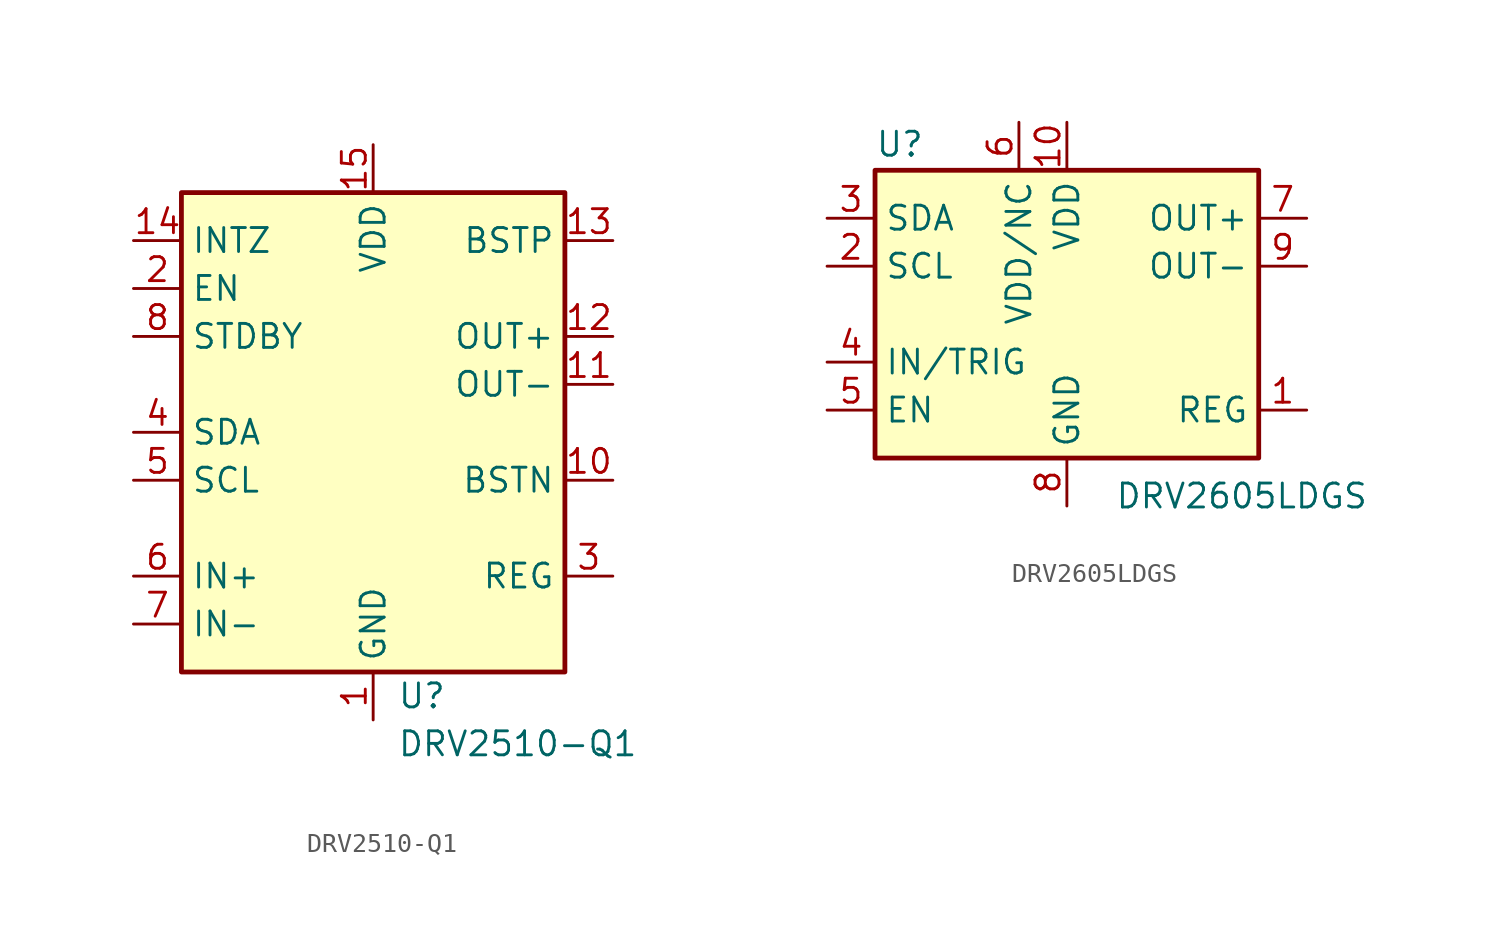
<source format=kicad_sym>
(kicad_symbol_lib
  (version 20241209)
  (generator "kicad_symbol_editor")
  (generator_version "9.0")
  (symbol "DRV2510-Q1"
    (property "Reference" "U"
      (at 1.27 -13.97 0)
      (effects (font (size 1.27 1.27)) (justify left)))
    (property "Value" "DRV2510-Q1"
      (at 1.27 -16.51 0)
      (effects (font (size 1.27 1.27)) (justify left)))
    (symbol "DRV2510-Q1_0_0"
      (pin open_collector line (at -12.7 10.16 0) (length 2.54) (name "INTZ" (effects (font (size 1.27 1.27)))) (number "14" (effects (font (size 1.27 1.27)))))
      (pin input line (at -12.7 7.62 0) (length 2.54) (name "EN" (effects (font (size 1.27 1.27)))) (number "2" (effects (font (size 1.27 1.27)))))
      (pin input line (at -12.7 5.08 0) (length 2.54) (name "STDBY" (effects (font (size 1.27 1.27)))) (number "8" (effects (font (size 1.27 1.27)))))
      (pin bidirectional line (at -12.7 0 0) (length 2.54) (name "SDA" (effects (font (size 1.27 1.27)))) (number "4" (effects (font (size 1.27 1.27)))))
      (pin input line (at -12.7 -2.54 0) (length 2.54) (name "SCL" (effects (font (size 1.27 1.27)))) (number "5" (effects (font (size 1.27 1.27)))))
      (pin input line (at -12.7 -7.62 0) (length 2.54) (name "IN+" (effects (font (size 1.27 1.27)))) (number "6" (effects (font (size 1.27 1.27)))))
      (pin input line (at -12.7 -10.16 0) (length 2.54) (name "IN-" (effects (font (size 1.27 1.27)))) (number "7" (effects (font (size 1.27 1.27)))))
      (pin power_in line (at 0 15.24 270) (length 2.54) (name "VDD" (effects (font (size 1.27 1.27)))) (number "15" (effects (font (size 1.27 1.27)))))
      (pin power_in line (at 0 -15.24 90) (length 2.54) (name "GND" (effects (font (size 1.27 1.27)))) (number "1" (effects (font (size 1.27 1.27)))))
      (pin passive line (at 0 -15.24 90) (length 2.54) (hide yes) (name "GND" (effects (font (size 1.27 1.27)))) (number "16" (effects (font (size 1.27 1.27)))))
      (pin passive line (at 0 -15.24 90) (length 2.54) (hide yes) (name "GND" (effects (font (size 1.27 1.27)))) (number "17" (effects (font (size 1.27 1.27)))))
      (pin passive line (at 0 -15.24 90) (length 2.54) (hide yes) (name "GND" (effects (font (size 1.27 1.27)))) (number "9" (effects (font (size 1.27 1.27)))))
      (pin passive line (at 12.7 10.16 180) (length 2.54) (name "BSTP" (effects (font (size 1.27 1.27)))) (number "13" (effects (font (size 1.27 1.27)))))
      (pin power_out line (at 12.7 5.08 180) (length 2.54) (name "OUT+" (effects (font (size 1.27 1.27)))) (number "12" (effects (font (size 1.27 1.27)))))
      (pin power_out line (at 12.7 2.54 180) (length 2.54) (name "OUT-" (effects (font (size 1.27 1.27)))) (number "11" (effects (font (size 1.27 1.27)))))
      (pin passive line (at 12.7 -2.54 180) (length 2.54) (name "BSTN" (effects (font (size 1.27 1.27)))) (number "10" (effects (font (size 1.27 1.27)))))
      (pin passive line (at 12.7 -7.62 180) (length 2.54) (name "REG" (effects (font (size 1.27 1.27)))) (number "3" (effects (font (size 1.27 1.27))))))
    (symbol "DRV2510-Q1_0_1"
      (rectangle (start -10.16 12.7) (end 10.16 -12.7) (stroke (width 0.254) (type default)) (fill (type background)))))
  (symbol "DRV2605LDGS"
    (property "Reference" "U"
      (at -10.16 8.255 0)
      (effects (font (size 1.27 1.27)) (justify left bottom)))
    (property "Value" "DRV2605LDGS"
      (at 2.54 -8.89 0)
      (effects (font (size 1.27 1.27)) (justify left top)))
    (symbol "DRV2605LDGS_0_1"
      (rectangle (start -10.16 7.62) (end 10.16 -7.62) (stroke (width 0.254) (type default)) (fill (type background))))
    (symbol "DRV2605LDGS_1_1"
      (pin bidirectional line (at -12.7 5.08 0) (length 2.54) (name "SDA" (effects (font (size 1.27 1.27)))) (number "3" (effects (font (size 1.27 1.27)))))
      (pin input line (at -12.7 2.54 0) (length 2.54) (name "SCL" (effects (font (size 1.27 1.27)))) (number "2" (effects (font (size 1.27 1.27)))))
      (pin input line (at -12.7 -2.54 0) (length 2.54) (name "IN/TRIG" (effects (font (size 1.27 1.27)))) (number "4" (effects (font (size 1.27 1.27)))))
      (pin input line (at -12.7 -5.08 0) (length 2.54) (name "EN" (effects (font (size 1.27 1.27)))) (number "5" (effects (font (size 1.27 1.27)))))
      (pin power_in line (at -2.54 10.16 270) (length 2.54) (name "VDD/NC" (effects (font (size 1.27 1.27)))) (number "6" (effects (font (size 1.27 1.27)))))
      (pin power_in line (at 0 10.16 270) (length 2.54) (name "VDD" (effects (font (size 1.27 1.27)))) (number "10" (effects (font (size 1.27 1.27)))))
      (pin power_in line (at 0 -10.16 90) (length 2.54) (name "GND" (effects (font (size 1.27 1.27)))) (number "8" (effects (font (size 1.27 1.27)))))
      (pin output line (at 12.7 5.08 180) (length 2.54) (name "OUT+" (effects (font (size 1.27 1.27)))) (number "7" (effects (font (size 1.27 1.27)))))
      (pin output line (at 12.7 2.54 180) (length 2.54) (name "OUT-" (effects (font (size 1.27 1.27)))) (number "9" (effects (font (size 1.27 1.27)))))
      (pin passive line (at 12.7 -5.08 180) (length 2.54) (name "REG" (effects (font (size 1.27 1.27)))) (number "1" (effects (font (size 1.27 1.27))))))))
</source>
